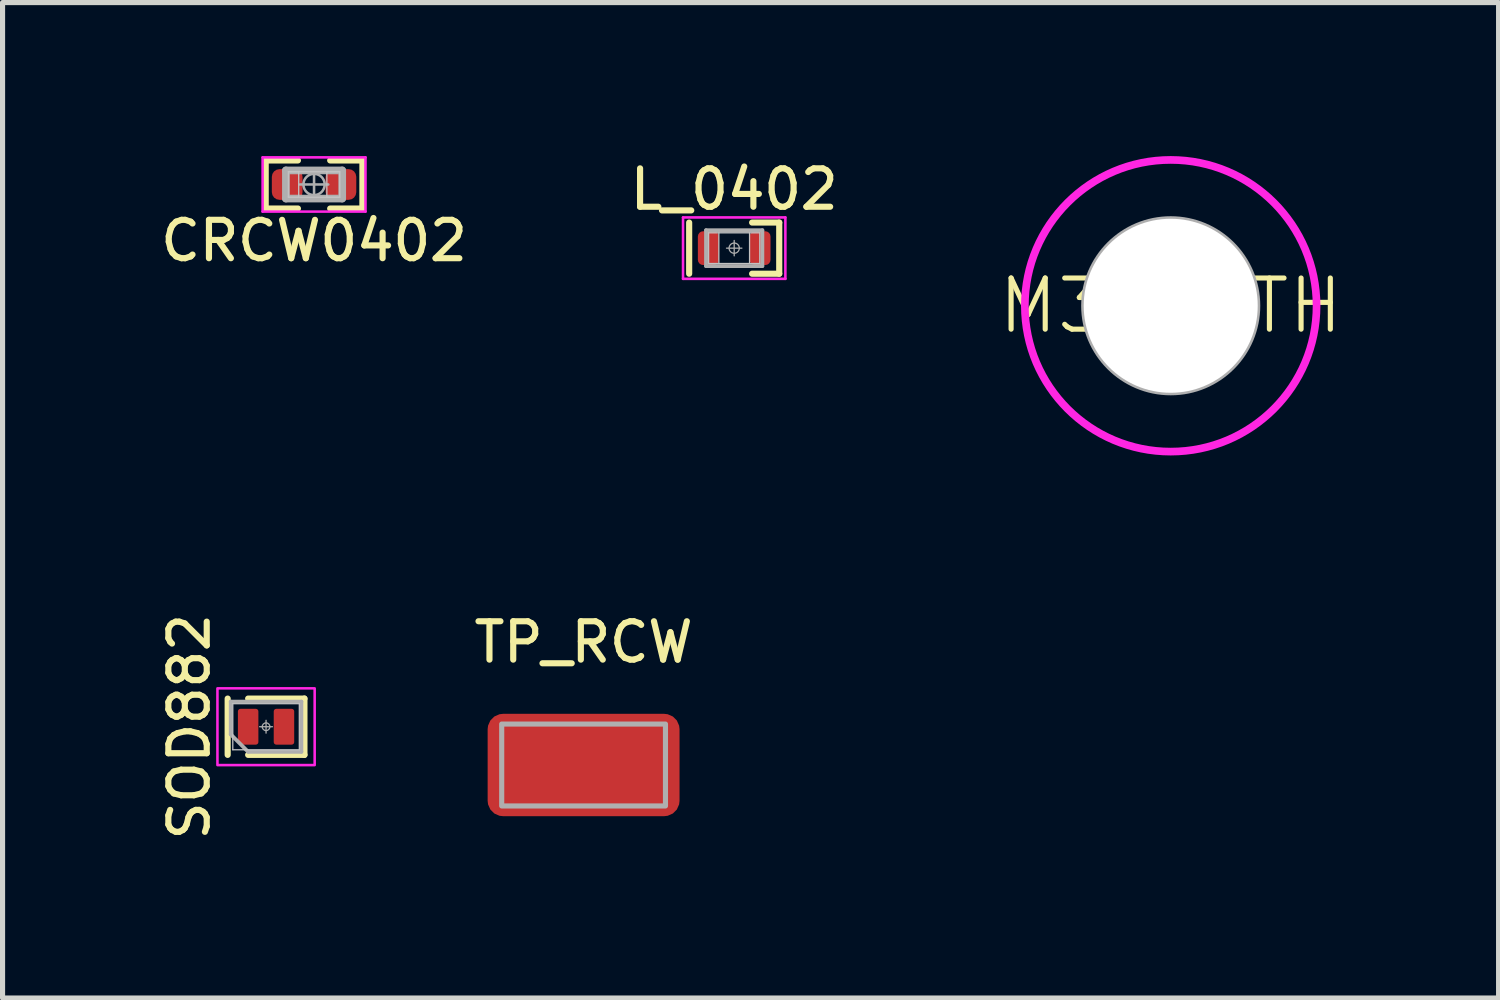
<source format=kicad_pcb>
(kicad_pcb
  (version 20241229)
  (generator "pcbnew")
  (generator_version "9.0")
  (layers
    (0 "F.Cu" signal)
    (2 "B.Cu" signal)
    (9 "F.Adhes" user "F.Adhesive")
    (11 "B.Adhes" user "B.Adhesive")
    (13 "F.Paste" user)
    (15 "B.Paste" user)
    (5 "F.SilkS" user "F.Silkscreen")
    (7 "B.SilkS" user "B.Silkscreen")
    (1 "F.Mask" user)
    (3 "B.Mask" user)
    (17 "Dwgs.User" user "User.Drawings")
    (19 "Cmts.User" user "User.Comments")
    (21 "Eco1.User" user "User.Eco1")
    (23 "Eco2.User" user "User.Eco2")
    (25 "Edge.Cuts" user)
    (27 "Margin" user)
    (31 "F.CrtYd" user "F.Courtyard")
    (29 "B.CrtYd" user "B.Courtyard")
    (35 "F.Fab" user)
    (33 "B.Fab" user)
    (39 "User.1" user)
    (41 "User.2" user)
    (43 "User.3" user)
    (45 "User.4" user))
  (footprint "L_0402"
    (layer "F.Cu")
    (at 11.297 1.799)
    (property "Reference" "L_0402" (at 0 -1.15 0) (layer "F.SilkS") (effects (font (size 0.75 0.75) (thickness 0.12))))
    (attr smd)
    (fp_line (start -0.88 -0.5) (end -0.88 0.5) (stroke (width 0.12) (type solid)) (layer "F.SilkS"))
    (fp_line (start 0.35 -0.5) (end 0.88 -0.5) (stroke (width 0.12) (type solid)) (layer "F.SilkS"))
    (fp_line (start 0.35 0.5) (end 0.88 0.5) (stroke (width 0.12) (type solid)) (layer "F.SilkS"))
    (fp_line (start 0.88 0.5) (end 0.88 -0.5) (stroke (width 0.12) (type solid)) (layer "F.SilkS"))
    (fp_line (start -0.5 -0.3) (end 0.5 -0.3) (stroke (width 0.025) (type solid)) (layer "Dwgs.User"))
    (fp_line (start -0.5 0.3) (end -0.5 -0.3) (stroke (width 0.025) (type solid)) (layer "Dwgs.User"))
    (fp_line (start -0.3 -0.3) (end -0.3 0.3) (stroke (width 0.025) (type solid)) (layer "Dwgs.User"))
    (fp_line (start 0.3 0.3) (end 0.3 -0.3) (stroke (width 0.025) (type solid)) (layer "Dwgs.User"))
    (fp_line (start 0.5 -0.3) (end 0.5 0.3) (stroke (width 0.025) (type solid)) (layer "Dwgs.User"))
    (fp_line (start 0.5 0.3) (end -0.5 0.3) (stroke (width 0.025) (type solid)) (layer "Dwgs.User"))
    (fp_line (start -1 -0.6) (end 1 -0.6) (stroke (width 0.05) (type solid)) (layer "F.CrtYd"))
    (fp_line (start -1 0.6) (end -1 -0.6) (stroke (width 0.05) (type solid)) (layer "F.CrtYd"))
    (fp_line (start 1 -0.6) (end 1 0.6) (stroke (width 0.05) (type solid)) (layer "F.CrtYd"))
    (fp_line (start 1 0.6) (end -1 0.6) (stroke (width 0.05) (type solid)) (layer "F.CrtYd"))
    (fp_line (start -0.55 -0.35) (end 0.55 -0.35) (stroke (width 0.075) (type solid)) (layer "F.Fab"))
    (fp_line (start -0.55 0.35) (end -0.55 -0.35) (stroke (width 0.075) (type solid)) (layer "F.Fab"))
    (fp_line (start 0 -0.15) (end 0 0.15) (stroke (width 0.025) (type solid)) (layer "F.Fab"))
    (fp_line (start 0.15 0) (end -0.15 0) (stroke (width 0.025) (type solid)) (layer "F.Fab"))
    (fp_line (start 0.55 -0.35) (end 0.55 0.35) (stroke (width 0.075) (type solid)) (layer "F.Fab"))
    (fp_line (start 0.55 0.35) (end -0.55 0.35) (stroke (width 0.075) (type solid)) (layer "F.Fab"))
    (fp_circle (center 0 0) (end 0.1 0) (stroke (width 0.025) (type solid)) (fill no) (layer "F.Fab"))
    (pad "1" smd roundrect (at -0.505 0) (size 0.41 0.66) (layers "F.Cu" "F.Mask" "F.Paste") (roundrect_rratio 0.25))
    (pad "2" smd roundrect (at 0.505 0) (size 0.41 0.66) (layers "F.Cu" "F.Mask" "F.Paste") (roundrect_rratio 0.25)))
  (footprint "SOD882"
    (layer "F.Cu")
    (at 2.149 11.151)
    (property "Reference" "SOD882" (at -1.5 0 90) (layer "F.SilkS") (effects (font (size 0.75 0.75) (thickness 0.12))))
    (attr smd)
    (fp_line (start -0.75 -0.55) (end -0.75 0.55) (stroke (width 0.12) (type default)) (layer "F.SilkS"))
    (fp_line (start 0.75 -0.55) (end -0.35 -0.55) (stroke (width 0.12) (type solid)) (layer "F.SilkS"))
    (fp_line (start 0.75 -0.55) (end 0.75 0.55) (stroke (width 0.12) (type default)) (layer "F.SilkS"))
    (fp_line (start 0.75 0.55) (end -0.35 0.55) (stroke (width 0.12) (type solid)) (layer "F.SilkS"))
    (fp_line (start -0.65 -0.45) (end 0.65 -0.45) (stroke (width 0.025) (type solid)) (layer "Dwgs.User"))
    (fp_line (start -0.65 0.45) (end -0.65 -0.45) (stroke (width 0.025) (type solid)) (layer "Dwgs.User"))
    (fp_line (start 0.65 -0.45) (end 0.65 0.45) (stroke (width 0.025) (type solid)) (layer "Dwgs.User"))
    (fp_line (start 0.65 0.45) (end -0.65 0.45) (stroke (width 0.025) (type solid)) (layer "Dwgs.User"))
    (fp_rect (start -0.95 -0.75) (end 0.95 0.75) (stroke (width 0.05) (type default)) (fill no) (layer "F.CrtYd"))
    (fp_line (start -0.69 -0.49) (end -0.69 0.15) (stroke (width 0.075) (type solid)) (layer "F.Fab"))
    (fp_line (start -0.69 0.15) (end -0.35 0.49) (stroke (width 0.075) (type solid)) (layer "F.Fab"))
    (fp_line (start -0.35 0.49) (end 0.69 0.49) (stroke (width 0.075) (type solid)) (layer "F.Fab"))
    (fp_line (start 0 -0.125) (end 0 0.125) (stroke (width 0.025) (type solid)) (layer "F.Fab"))
    (fp_line (start 0.125 0) (end -0.125 0) (stroke (width 0.025) (type solid)) (layer "F.Fab"))
    (fp_line (start 0.69 -0.49) (end -0.69 -0.49) (stroke (width 0.075) (type solid)) (layer "F.Fab"))
    (fp_line (start 0.69 0.49) (end 0.69 -0.49) (stroke (width 0.075) (type solid)) (layer "F.Fab"))
    (fp_circle (center 0 0) (end 0.075 0) (stroke (width 0.025) (type solid)) (fill no) (layer "F.Fab"))
    (pad "1" smd roundrect (at -0.35 0) (size 0.4 0.7) (layers "F.Cu" "F.Mask" "F.Paste") (roundrect_rratio 0.125))
    (pad "2" smd roundrect (at 0.35 0) (size 0.4 0.7) (layers "F.Cu" "F.Mask" "F.Paste") (roundrect_rratio 0.125)))
  (footprint "CRCW0402"
    (layer "F.Cu")
    (at 3.087 0.555)
    (property "Reference" "CRCW0402" (at 0 1.1 180) (layer "F.SilkS") (effects (font (size 0.75 0.75) (thickness 0.12))))
    (attr smd)
    (fp_line (start -0.945 -0.47) (end -0.315 -0.47) (stroke (width 0.12) (type solid)) (layer "F.SilkS"))
    (fp_line (start -0.945 0.47) (end -0.945 -0.47) (stroke (width 0.12) (type solid)) (layer "F.SilkS"))
    (fp_line (start -0.315 0.47) (end -0.945 0.47) (stroke (width 0.12) (type solid)) (layer "F.SilkS"))
    (fp_line (start 0.315 0.47) (end 0.945 0.47) (stroke (width 0.12) (type solid)) (layer "F.SilkS"))
    (fp_line (start 0.945 -0.47) (end 0.315 -0.47) (stroke (width 0.12) (type solid)) (layer "F.SilkS"))
    (fp_line (start 0.945 0.47) (end 0.945 -0.47) (stroke (width 0.12) (type solid)) (layer "F.SilkS"))
    (fp_line (start -0.5 -0.25) (end -0.3 -0.25) (stroke (width 0.025) (type solid)) (layer "Dwgs.User"))
    (fp_line (start -0.5 -0.25) (end 0.5 -0.25) (stroke (width 0.025) (type solid)) (layer "Dwgs.User"))
    (fp_line (start -0.5 0.25) (end -0.5 -0.25) (stroke (width 0.025) (type solid)) (layer "Dwgs.User"))
    (fp_line (start -0.5 0.25) (end -0.5 -0.25) (stroke (width 0.025) (type solid)) (layer "Dwgs.User"))
    (fp_line (start -0.3 -0.25) (end -0.3 0.25) (stroke (width 0.025) (type solid)) (layer "Dwgs.User"))
    (fp_line (start -0.3 0.25) (end -0.5 0.25) (stroke (width 0.025) (type solid)) (layer "Dwgs.User"))
    (fp_line (start 0.25 -0.25) (end 0.5 -0.25) (stroke (width 0.025) (type solid)) (layer "Dwgs.User"))
    (fp_line (start 0.25 0.25) (end 0.25 -0.25) (stroke (width 0.025) (type solid)) (layer "Dwgs.User"))
    (fp_line (start 0.5 -0.25) (end 0.5 0.25) (stroke (width 0.025) (type solid)) (layer "Dwgs.User"))
    (fp_line (start 0.5 -0.25) (end 0.5 0.25) (stroke (width 0.025) (type solid)) (layer "Dwgs.User"))
    (fp_line (start 0.5 0.25) (end -0.5 0.25) (stroke (width 0.025) (type solid)) (layer "Dwgs.User"))
    (fp_line (start 0.5 0.25) (end 0.25 0.25) (stroke (width 0.025) (type solid)) (layer "Dwgs.User"))
    (fp_line (start -1.005 -0.53) (end 1.005 -0.53) (stroke (width 0.05) (type solid)) (layer "F.CrtYd"))
    (fp_line (start -1.005 0.53) (end -1.005 -0.53) (stroke (width 0.05) (type solid)) (layer "F.CrtYd"))
    (fp_line (start 1.005 -0.53) (end 1.005 0.53) (stroke (width 0.05) (type solid)) (layer "F.CrtYd"))
    (fp_line (start 1.005 0.53) (end -1.005 0.53) (stroke (width 0.05) (type solid)) (layer "F.CrtYd"))
    (fp_line (start -0.55 -0.275) (end 0.55 -0.275) (stroke (width 0.15) (type solid)) (layer "F.Fab"))
    (fp_line (start -0.55 0.275) (end -0.55 -0.275) (stroke (width 0.15) (type solid)) (layer "F.Fab"))
    (fp_line (start 0 -0.278) (end 0 0.278) (stroke (width 0.05) (type solid)) (layer "F.Fab"))
    (fp_line (start 0.278 0) (end -0.278 0) (stroke (width 0.05) (type solid)) (layer "F.Fab"))
    (fp_line (start 0.55 -0.275) (end 0.55 0.275) (stroke (width 0.15) (type solid)) (layer "F.Fab"))
    (fp_line (start 0.55 0.275) (end -0.55 0.275) (stroke (width 0.15) (type solid)) (layer "F.Fab"))
    (fp_circle (center 0 0) (end 0.208 0) (stroke (width 0.05) (type solid)) (fill no) (layer "F.Fab"))
    (pad "1" smd roundrect (at -0.525 0) (size 0.6 0.6) (layers "F.Cu" "F.Mask" "F.Paste") (roundrect_rratio 0.25))
    (pad "2" smd roundrect (at 0.525 0) (size 0.6 0.6) (layers "F.Cu" "F.Mask" "F.Paste") (roundrect_rratio 0.25)))
  (footprint "TP_RCW"
    (layer "F.Cu")
    (at 8.354 11.899)
    (property "Reference" "TP_RCW" (at 0 -2.4 0) (unlocked yes) (layer "F.SilkS") (effects (font (size 0.75 0.75) (thickness 0.12))))
    (attr smd exclude_from_bom)
    (fp_rect (start -1.6 -0.8) (end 1.6 0.8) (stroke (width 0.1) (type solid)) (fill no) (layer "F.Fab"))
    (pad "1" smd roundrect (at 0 0) (size 3.75 2) (layers "F.Cu" "F.Mask" "F.Paste") (roundrect_rratio 0.15)))
  (footprint "M3_NPTH"
    (layer "F.Cu")
    (at 19.827 2.925)
    (property "Reference" "M3_NPTH" (at 0 0 0) (unlocked yes) (layer "F.SilkS") (effects (font (size 1 1) (thickness 0.1))))
    (attr through_hole exclude_from_bom)
    (fp_circle (center 0 0) (end 2.85 0) (stroke (width 0.15) (type default)) (fill no) (layer "F.CrtYd"))
    (fp_circle (center 0 0) (end 1.7 0) (stroke (width 0.1) (type default)) (fill no) (layer "F.Fab"))
    (pad "" np_thru_hole circle (at 0 0) (size 3.4 3.4) (drill 3.4) (layers "*.Cu" "*.Mask")))
  (gr_rect
    (start -3 -3)
    (end 26.234 16.453)
    (stroke (width 0.1) (type default))
    (fill no)
    (layer "Edge.Cuts")))
</source>
